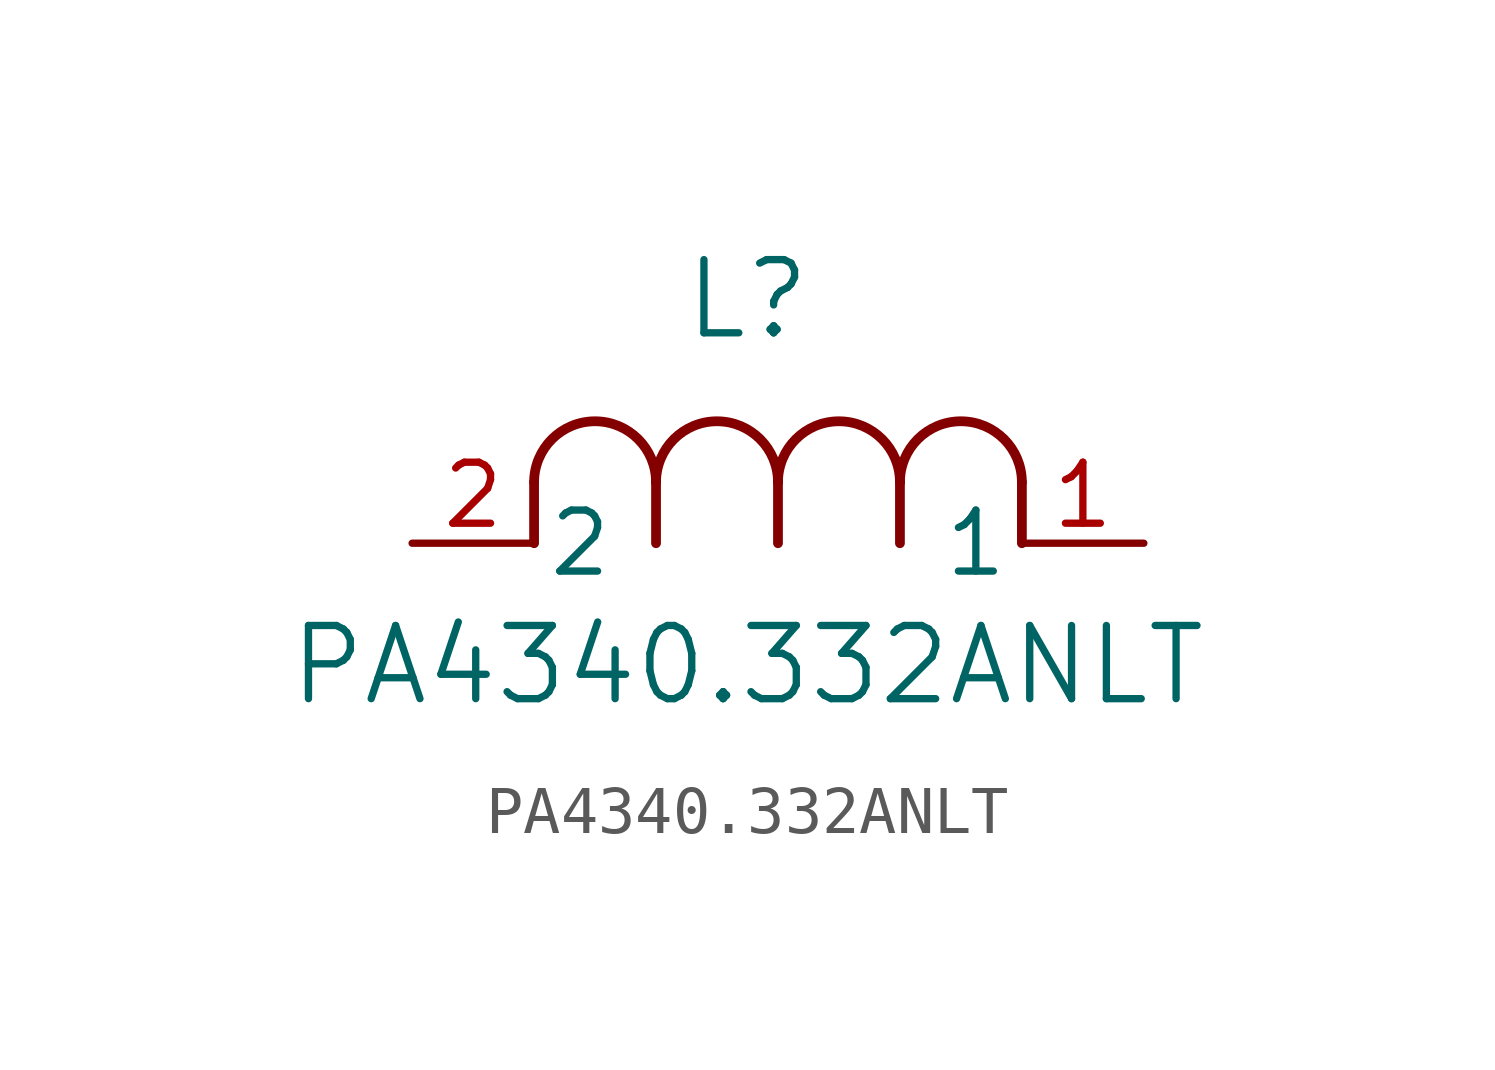
<source format=kicad_sym>
(kicad_symbol_lib
  (version 20211014)
  (generator kicad_symbol_editor)
  (symbol "PA4340.332ANLT"
    (pin_names
      (offset 0.254))
    (property "Reference" "L"
      (at 6.985 5.08 0)
      (effects (font (size 1.524 1.524))))
    (property "Value" "PA4340.332ANLT"
      (at 6.985 -2.54 0)
      (effects (font (size 1.524 1.524))))
    (symbol "PA4340.332ANLT_0_1"
      (arc (start 7.62 1.27) (mid 6.35 2.54) (end 5.08 1.27) (stroke (width 0.2032) (type default) (color 0 0 0 0)) (fill (type none)))
      (polyline (pts (xy 5.08 0) (xy 5.08 1.27)) (stroke (width 0.203) (type default) (color 0 0 0 0)) (fill (type none)))
      (polyline (pts (xy 7.62 0) (xy 7.62 1.27)) (stroke (width 0.203) (type default) (color 0 0 0 0)) (fill (type none)))
      (polyline (pts (xy 12.7 0) (xy 12.7 1.27)) (stroke (width 0.203) (type default) (color 0 0 0 0)) (fill (type none)))
      (arc (start 5.08 1.27) (mid 3.81 2.54) (end 2.54 1.27) (stroke (width 0.2032) (type default) (color 0 0 0 0)) (fill (type none)))
      (arc (start 10.16 1.27) (mid 8.89 2.54) (end 7.62 1.27) (stroke (width 0.2032) (type default) (color 0 0 0 0)) (fill (type none)))
      (arc (start 12.7 1.27) (mid 11.43 2.54) (end 10.16 1.27) (stroke (width 0.2032) (type default) (color 0 0 0 0)) (fill (type none)))
      (polyline (pts (xy 2.54 0) (xy 2.54 1.27)) (stroke (width 0.203) (type default) (color 0 0 0 0)) (fill (type none)))
      (polyline (pts (xy 10.16 0) (xy 10.16 1.27)) (stroke (width 0.203) (type default) (color 0 0 0 0)) (fill (type none)))
      (pin unspecified line (at 0 0 0) (length 2.54) (name "2" (effects (font (size 1.27 1.27)))) (number "2" (effects (font (size 1.27 1.27)))))
      (pin unspecified line (at 15.24 0 180) (length 2.54) (name "1" (effects (font (size 1.27 1.27)))) (number "1" (effects (font (size 1.27 1.27))))))))
</source>
